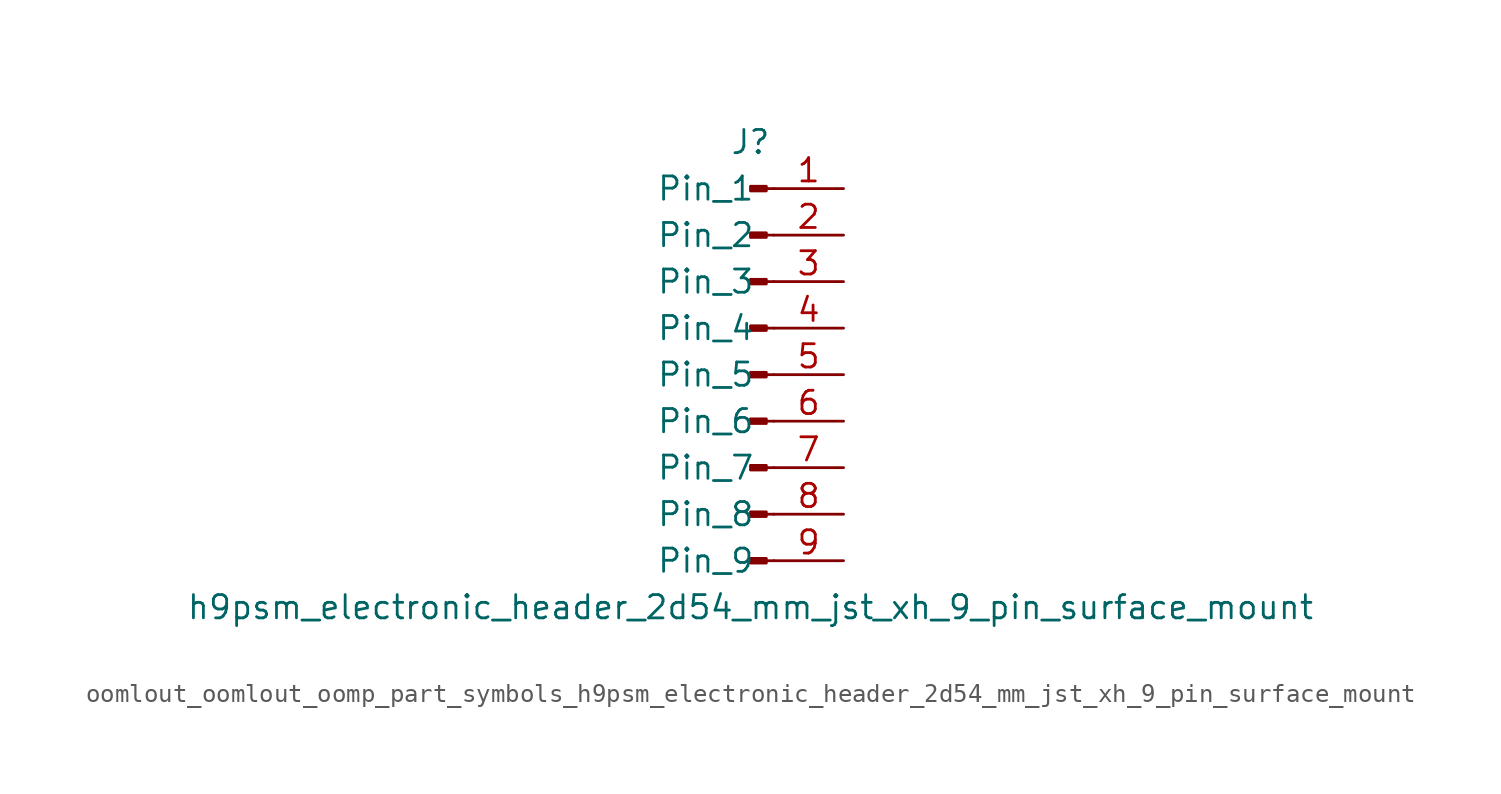
<source format=kicad_sym>
(kicad_symbol_lib
  (version 20220914)
  (generator kicad_symbol_editor)
  (symbol "oomlout_oomlout_oomp_part_symbols_h9psm_electronic_header_2d54_mm_jst_xh_9_pin_surface_mount"
    (pin_names
      (offset 1.016))
    (property "Reference" "J"
      (at 0 12.7 0)
      (effects (font (size 1.27 1.27))))
    (property "Value" "h9psm_electronic_header_2d54_mm_jst_xh_9_pin_surface_mount"
      (at 0 -12.7 0)
      (effects (font (size 1.27 1.27))))
    (property "ki_locked" ""
      (at 0 0 0)
      (effects (font (size 1.27 1.27))))
    (symbol "oomlout_oomlout_oomp_part_symbols_h9psm_electronic_header_2d54_mm_jst_xh_9_pin_surface_mount_1_1"
      (polyline (pts (xy 1.27 -10.16) (xy 0.864 -10.16)) (stroke (width 0.152) (type default)) (fill (type none)))
      (polyline (pts (xy 1.27 -7.62) (xy 0.864 -7.62)) (stroke (width 0.152) (type default)) (fill (type none)))
      (polyline (pts (xy 1.27 -5.08) (xy 0.864 -5.08)) (stroke (width 0.152) (type default)) (fill (type none)))
      (polyline (pts (xy 1.27 -2.54) (xy 0.864 -2.54)) (stroke (width 0.152) (type default)) (fill (type none)))
      (polyline (pts (xy 1.27 0) (xy 0.864 0)) (stroke (width 0.152) (type default)) (fill (type none)))
      (polyline (pts (xy 1.27 2.54) (xy 0.864 2.54)) (stroke (width 0.152) (type default)) (fill (type none)))
      (polyline (pts (xy 1.27 5.08) (xy 0.864 5.08)) (stroke (width 0.152) (type default)) (fill (type none)))
      (polyline (pts (xy 1.27 7.62) (xy 0.864 7.62)) (stroke (width 0.152) (type default)) (fill (type none)))
      (polyline (pts (xy 1.27 10.16) (xy 0.864 10.16)) (stroke (width 0.152) (type default)) (fill (type none)))
      (rectangle (start 0.864 -10.033) (end 0 -10.287) (stroke (width 0.152) (type default)) (fill (type outline)))
      (rectangle (start 0.864 -7.493) (end 0 -7.747) (stroke (width 0.152) (type default)) (fill (type outline)))
      (rectangle (start 0.864 -4.953) (end 0 -5.207) (stroke (width 0.152) (type default)) (fill (type outline)))
      (rectangle (start 0.864 -2.413) (end 0 -2.667) (stroke (width 0.152) (type default)) (fill (type outline)))
      (rectangle (start 0.864 0.127) (end 0 -0.127) (stroke (width 0.152) (type default)) (fill (type outline)))
      (rectangle (start 0.864 2.667) (end 0 2.413) (stroke (width 0.152) (type default)) (fill (type outline)))
      (rectangle (start 0.864 5.207) (end 0 4.953) (stroke (width 0.152) (type default)) (fill (type outline)))
      (rectangle (start 0.864 7.747) (end 0 7.493) (stroke (width 0.152) (type default)) (fill (type outline)))
      (rectangle (start 0.864 10.287) (end 0 10.033) (stroke (width 0.152) (type default)) (fill (type outline)))
      (pin passive line (at 5.08 10.16 180) (length 3.81) (name "Pin_1" (effects (font (size 1.27 1.27)))) (number "1" (effects (font (size 1.27 1.27)))))
      (pin passive line (at 5.08 7.62 180) (length 3.81) (name "Pin_2" (effects (font (size 1.27 1.27)))) (number "2" (effects (font (size 1.27 1.27)))))
      (pin passive line (at 5.08 5.08 180) (length 3.81) (name "Pin_3" (effects (font (size 1.27 1.27)))) (number "3" (effects (font (size 1.27 1.27)))))
      (pin passive line (at 5.08 2.54 180) (length 3.81) (name "Pin_4" (effects (font (size 1.27 1.27)))) (number "4" (effects (font (size 1.27 1.27)))))
      (pin passive line (at 5.08 0 180) (length 3.81) (name "Pin_5" (effects (font (size 1.27 1.27)))) (number "5" (effects (font (size 1.27 1.27)))))
      (pin passive line (at 5.08 -2.54 180) (length 3.81) (name "Pin_6" (effects (font (size 1.27 1.27)))) (number "6" (effects (font (size 1.27 1.27)))))
      (pin passive line (at 5.08 -5.08 180) (length 3.81) (name "Pin_7" (effects (font (size 1.27 1.27)))) (number "7" (effects (font (size 1.27 1.27)))))
      (pin passive line (at 5.08 -7.62 180) (length 3.81) (name "Pin_8" (effects (font (size 1.27 1.27)))) (number "8" (effects (font (size 1.27 1.27)))))
      (pin passive line (at 5.08 -10.16 180) (length 3.81) (name "Pin_9" (effects (font (size 1.27 1.27)))) (number "9" (effects (font (size 1.27 1.27))))))))
</source>
